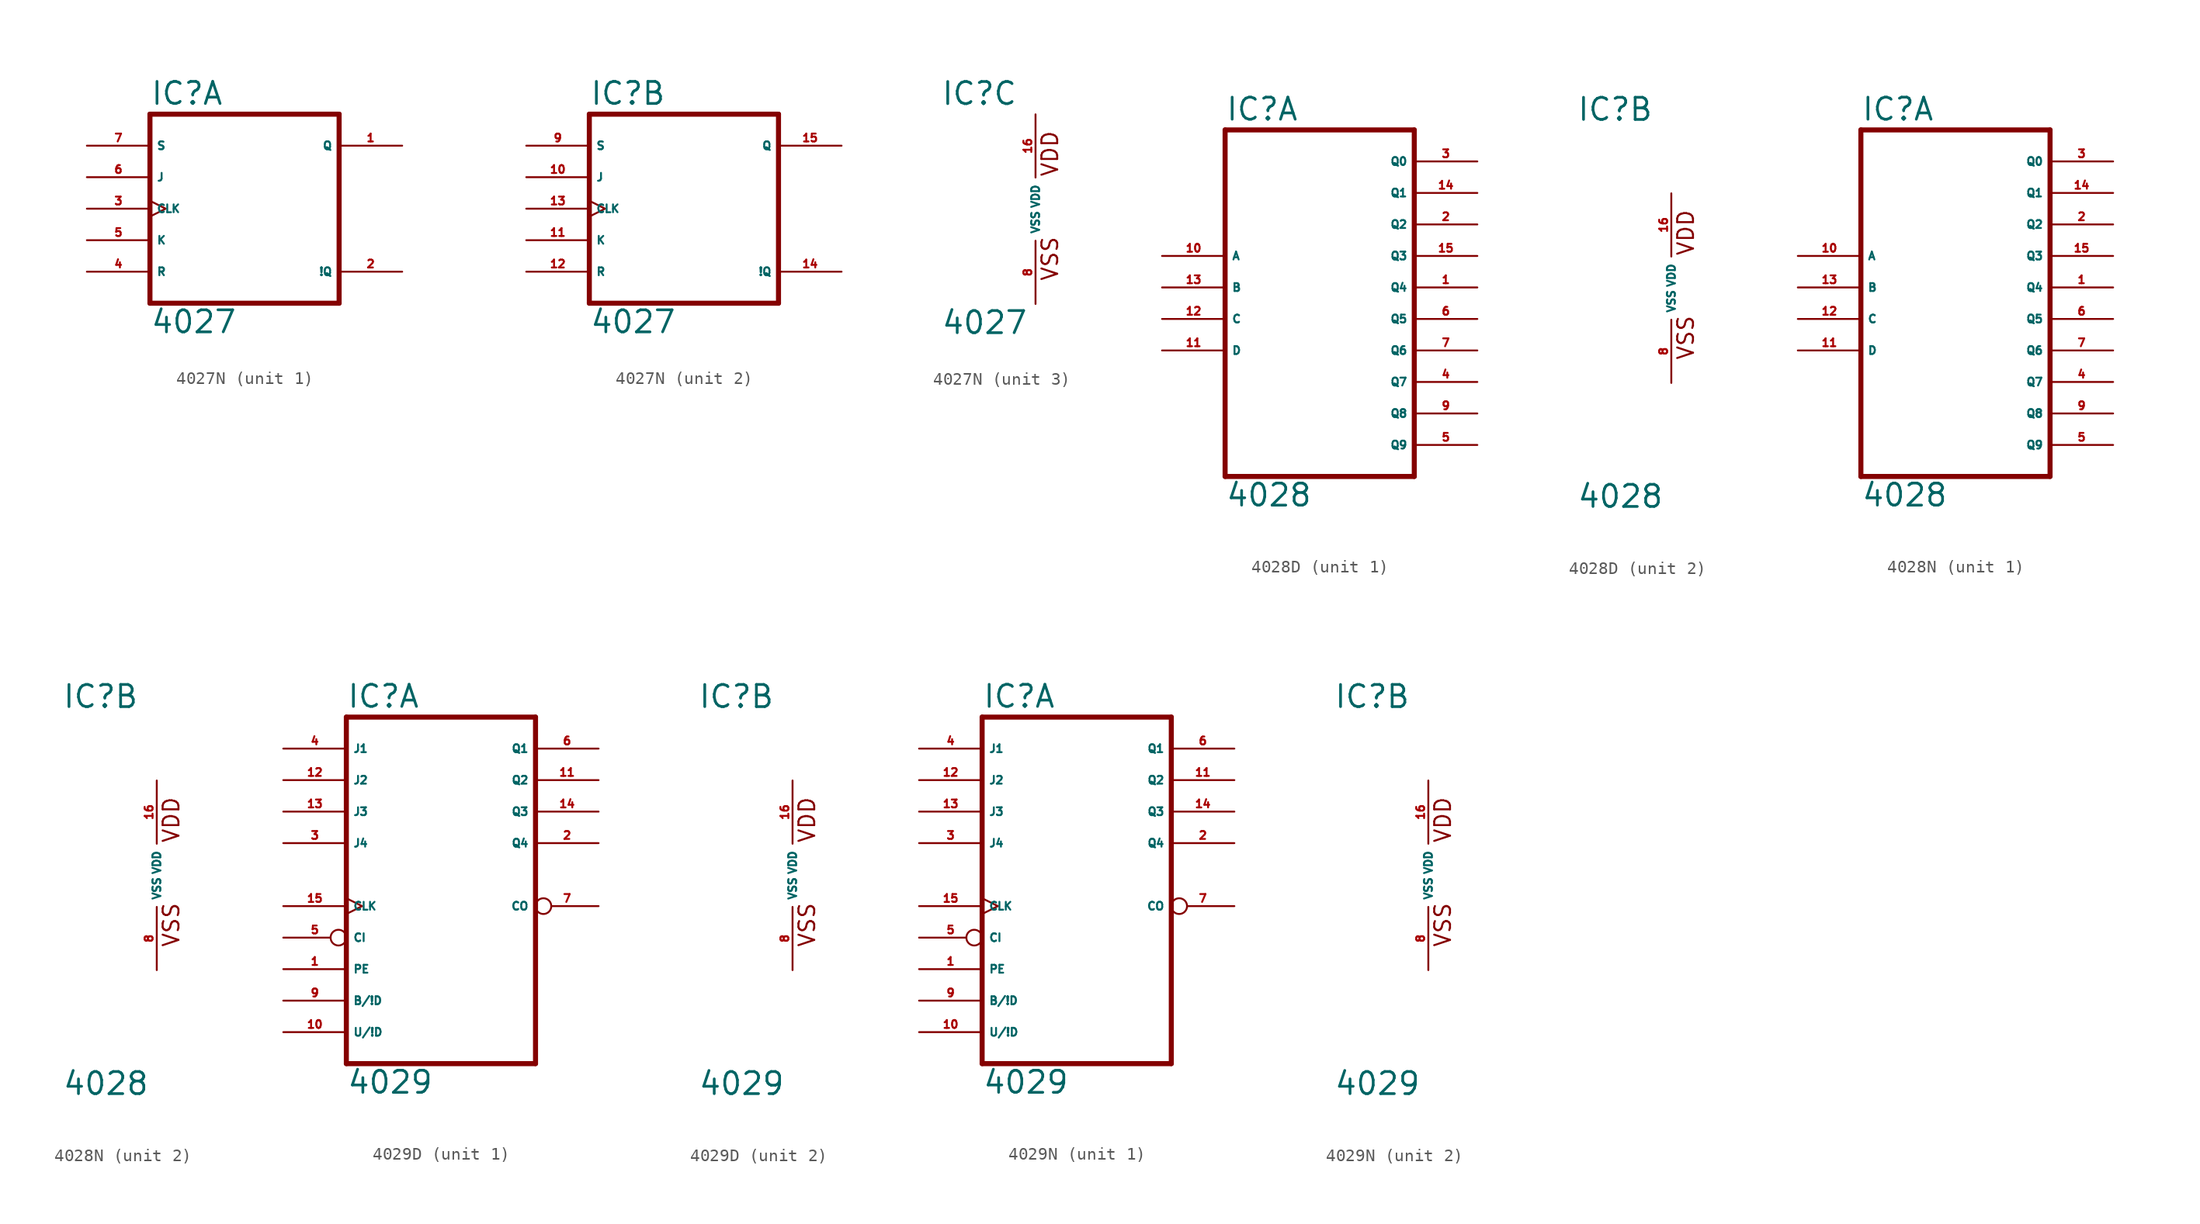
<source format=kicad_sym>
(kicad_symbol_lib
  (version 20220914)
  (generator Eagle2Kicad)
  (symbol "4027N"
    (property "Reference" "IC"
      (at -7.62 8.255 0)
      (effects (font (size 1.778 1.778) (thickness 0.22)) (justify left bottom)))
    (property "Value" "4027"
      (at -7.62 -10.16 0)
      (effects (font (size 1.778 1.778) (thickness 0.22)) (justify left bottom)))
    (symbol "4027N_1_0"
      (polyline (pts (xy -7.62 -7.62) (xy 7.62 -7.62)) (stroke (width 0.406) (type default)) (fill (type none)))
      (polyline (pts (xy 7.62 -7.62) (xy 7.62 7.62)) (stroke (width 0.406) (type default)) (fill (type none)))
      (polyline (pts (xy 7.62 7.62) (xy -7.62 7.62)) (stroke (width 0.406) (type default)) (fill (type none)))
      (polyline (pts (xy -7.62 7.62) (xy -7.62 -7.62)) (stroke (width 0.406) (type default)) (fill (type none)))
      (pin output line (at 12.7 5.08 180) (length 5.08) (name "Q" (effects (font (size 0.635 0.635) (thickness 0.08)) (justify left bottom))) (number "1" (effects (font (size 0.635 0.635) (thickness 0.08)) (justify left bottom))))
      (pin output line (at 12.7 -5.08 180) (length 5.08) (name "!Q" (effects (font (size 0.635 0.635) (thickness 0.08)) (justify left bottom))) (number "2" (effects (font (size 0.635 0.635) (thickness 0.08)) (justify left bottom))))
      (pin input clock (at -12.7 0 0) (length 5.08) (name "CLK" (effects (font (size 0.635 0.635) (thickness 0.08)) (justify left bottom))) (number "3" (effects (font (size 0.635 0.635) (thickness 0.08)) (justify left bottom))))
      (pin input line (at -12.7 -5.08 0) (length 5.08) (name "R" (effects (font (size 0.635 0.635) (thickness 0.08)) (justify left bottom))) (number "4" (effects (font (size 0.635 0.635) (thickness 0.08)) (justify left bottom))))
      (pin input line (at -12.7 -2.54 0) (length 5.08) (name "K" (effects (font (size 0.635 0.635) (thickness 0.08)) (justify left bottom))) (number "5" (effects (font (size 0.635 0.635) (thickness 0.08)) (justify left bottom))))
      (pin input line (at -12.7 2.54 0) (length 5.08) (name "J" (effects (font (size 0.635 0.635) (thickness 0.08)) (justify left bottom))) (number "6" (effects (font (size 0.635 0.635) (thickness 0.08)) (justify left bottom))))
      (pin input line (at -12.7 5.08 0) (length 5.08) (name "S" (effects (font (size 0.635 0.635) (thickness 0.08)) (justify left bottom))) (number "7" (effects (font (size 0.635 0.635) (thickness 0.08)) (justify left bottom)))))
    (symbol "4027N_2_0"
      (polyline (pts (xy -7.62 -7.62) (xy 7.62 -7.62)) (stroke (width 0.406) (type default)) (fill (type none)))
      (polyline (pts (xy 7.62 -7.62) (xy 7.62 7.62)) (stroke (width 0.406) (type default)) (fill (type none)))
      (polyline (pts (xy 7.62 7.62) (xy -7.62 7.62)) (stroke (width 0.406) (type default)) (fill (type none)))
      (polyline (pts (xy -7.62 7.62) (xy -7.62 -7.62)) (stroke (width 0.406) (type default)) (fill (type none)))
      (pin output line (at 12.7 5.08 180) (length 5.08) (name "Q" (effects (font (size 0.635 0.635) (thickness 0.08)) (justify left bottom))) (number "15" (effects (font (size 0.635 0.635) (thickness 0.08)) (justify left bottom))))
      (pin output line (at 12.7 -5.08 180) (length 5.08) (name "!Q" (effects (font (size 0.635 0.635) (thickness 0.08)) (justify left bottom))) (number "14" (effects (font (size 0.635 0.635) (thickness 0.08)) (justify left bottom))))
      (pin input clock (at -12.7 0 0) (length 5.08) (name "CLK" (effects (font (size 0.635 0.635) (thickness 0.08)) (justify left bottom))) (number "13" (effects (font (size 0.635 0.635) (thickness 0.08)) (justify left bottom))))
      (pin input line (at -12.7 -5.08 0) (length 5.08) (name "R" (effects (font (size 0.635 0.635) (thickness 0.08)) (justify left bottom))) (number "12" (effects (font (size 0.635 0.635) (thickness 0.08)) (justify left bottom))))
      (pin input line (at -12.7 -2.54 0) (length 5.08) (name "K" (effects (font (size 0.635 0.635) (thickness 0.08)) (justify left bottom))) (number "11" (effects (font (size 0.635 0.635) (thickness 0.08)) (justify left bottom))))
      (pin input line (at -12.7 2.54 0) (length 5.08) (name "J" (effects (font (size 0.635 0.635) (thickness 0.08)) (justify left bottom))) (number "10" (effects (font (size 0.635 0.635) (thickness 0.08)) (justify left bottom))))
      (pin input line (at -12.7 5.08 0) (length 5.08) (name "S" (effects (font (size 0.635 0.635) (thickness 0.08)) (justify left bottom))) (number "9" (effects (font (size 0.635 0.635) (thickness 0.08)) (justify left bottom)))))
    (symbol "4027N_3_0"
      (text "VDD" (at 1.905 2.54 900) (effects (font (size 1.27 1.27) (thickness 0.16)) (justify left bottom)))
      (text "VSS" (at 1.905 -5.842 900) (effects (font (size 1.27 1.27) (thickness 0.16)) (justify left bottom)))
      (pin unspecified line (at 0 -7.62 90) (length 5.08) (name "VSS" (effects (font (size 0.635 0.635) (thickness 0.08)) (justify left bottom))) (number "8" (effects (font (size 0.635 0.635) (thickness 0.08)) (justify left bottom))))
      (pin unspecified line (at 0 7.62 270) (length 5.08) (name "VDD" (effects (font (size 0.635 0.635) (thickness 0.08)) (justify left bottom))) (number "16" (effects (font (size 0.635 0.635) (thickness 0.08)) (justify left bottom))))))
  (symbol "4028D"
    (property "Reference" "IC"
      (at -7.62 13.335 0)
      (effects (font (size 1.778 1.778) (thickness 0.22)) (justify left bottom)))
    (property "Value" "4028"
      (at -7.62 -17.78 0)
      (effects (font (size 1.778 1.778) (thickness 0.22)) (justify left bottom)))
    (symbol "4028D_1_0"
      (polyline (pts (xy -7.62 -15.24) (xy 7.62 -15.24)) (stroke (width 0.406) (type default)) (fill (type none)))
      (polyline (pts (xy 7.62 -15.24) (xy 7.62 12.7)) (stroke (width 0.406) (type default)) (fill (type none)))
      (polyline (pts (xy 7.62 12.7) (xy -7.62 12.7)) (stroke (width 0.406) (type default)) (fill (type none)))
      (polyline (pts (xy -7.62 12.7) (xy -7.62 -15.24)) (stroke (width 0.406) (type default)) (fill (type none)))
      (pin output line (at 12.7 0 180) (length 5.08) (name "Q4" (effects (font (size 0.635 0.635) (thickness 0.08)) (justify left bottom))) (number "1" (effects (font (size 0.635 0.635) (thickness 0.08)) (justify left bottom))))
      (pin output line (at 12.7 5.08 180) (length 5.08) (name "Q2" (effects (font (size 0.635 0.635) (thickness 0.08)) (justify left bottom))) (number "2" (effects (font (size 0.635 0.635) (thickness 0.08)) (justify left bottom))))
      (pin output line (at 12.7 10.16 180) (length 5.08) (name "Q0" (effects (font (size 0.635 0.635) (thickness 0.08)) (justify left bottom))) (number "3" (effects (font (size 0.635 0.635) (thickness 0.08)) (justify left bottom))))
      (pin output line (at 12.7 -7.62 180) (length 5.08) (name "Q7" (effects (font (size 0.635 0.635) (thickness 0.08)) (justify left bottom))) (number "4" (effects (font (size 0.635 0.635) (thickness 0.08)) (justify left bottom))))
      (pin output line (at 12.7 -12.7 180) (length 5.08) (name "Q9" (effects (font (size 0.635 0.635) (thickness 0.08)) (justify left bottom))) (number "5" (effects (font (size 0.635 0.635) (thickness 0.08)) (justify left bottom))))
      (pin output line (at 12.7 -2.54 180) (length 5.08) (name "Q5" (effects (font (size 0.635 0.635) (thickness 0.08)) (justify left bottom))) (number "6" (effects (font (size 0.635 0.635) (thickness 0.08)) (justify left bottom))))
      (pin output line (at 12.7 -5.08 180) (length 5.08) (name "Q6" (effects (font (size 0.635 0.635) (thickness 0.08)) (justify left bottom))) (number "7" (effects (font (size 0.635 0.635) (thickness 0.08)) (justify left bottom))))
      (pin output line (at 12.7 -10.16 180) (length 5.08) (name "Q8" (effects (font (size 0.635 0.635) (thickness 0.08)) (justify left bottom))) (number "9" (effects (font (size 0.635 0.635) (thickness 0.08)) (justify left bottom))))
      (pin input line (at -12.7 2.54 0) (length 5.08) (name "A" (effects (font (size 0.635 0.635) (thickness 0.08)) (justify left bottom))) (number "10" (effects (font (size 0.635 0.635) (thickness 0.08)) (justify left bottom))))
      (pin input line (at -12.7 -5.08 0) (length 5.08) (name "D" (effects (font (size 0.635 0.635) (thickness 0.08)) (justify left bottom))) (number "11" (effects (font (size 0.635 0.635) (thickness 0.08)) (justify left bottom))))
      (pin input line (at -12.7 -2.54 0) (length 5.08) (name "C" (effects (font (size 0.635 0.635) (thickness 0.08)) (justify left bottom))) (number "12" (effects (font (size 0.635 0.635) (thickness 0.08)) (justify left bottom))))
      (pin input line (at -12.7 0 0) (length 5.08) (name "B" (effects (font (size 0.635 0.635) (thickness 0.08)) (justify left bottom))) (number "13" (effects (font (size 0.635 0.635) (thickness 0.08)) (justify left bottom))))
      (pin output line (at 12.7 7.62 180) (length 5.08) (name "Q1" (effects (font (size 0.635 0.635) (thickness 0.08)) (justify left bottom))) (number "14" (effects (font (size 0.635 0.635) (thickness 0.08)) (justify left bottom))))
      (pin output line (at 12.7 2.54 180) (length 5.08) (name "Q3" (effects (font (size 0.635 0.635) (thickness 0.08)) (justify left bottom))) (number "15" (effects (font (size 0.635 0.635) (thickness 0.08)) (justify left bottom)))))
    (symbol "4028D_2_0"
      (text "VDD" (at 1.905 2.54 900) (effects (font (size 1.27 1.27) (thickness 0.16)) (justify left bottom)))
      (text "VSS" (at 1.905 -5.842 900) (effects (font (size 1.27 1.27) (thickness 0.16)) (justify left bottom)))
      (pin unspecified line (at 0 -7.62 90) (length 5.08) (name "VSS" (effects (font (size 0.635 0.635) (thickness 0.08)) (justify left bottom))) (number "8" (effects (font (size 0.635 0.635) (thickness 0.08)) (justify left bottom))))
      (pin unspecified line (at 0 7.62 270) (length 5.08) (name "VDD" (effects (font (size 0.635 0.635) (thickness 0.08)) (justify left bottom))) (number "16" (effects (font (size 0.635 0.635) (thickness 0.08)) (justify left bottom))))))
  (symbol "4028N"
    (property "Reference" "IC"
      (at -7.62 13.335 0)
      (effects (font (size 1.778 1.778) (thickness 0.22)) (justify left bottom)))
    (property "Value" "4028"
      (at -7.62 -17.78 0)
      (effects (font (size 1.778 1.778) (thickness 0.22)) (justify left bottom)))
    (symbol "4028N_1_0"
      (polyline (pts (xy -7.62 -15.24) (xy 7.62 -15.24)) (stroke (width 0.406) (type default)) (fill (type none)))
      (polyline (pts (xy 7.62 -15.24) (xy 7.62 12.7)) (stroke (width 0.406) (type default)) (fill (type none)))
      (polyline (pts (xy 7.62 12.7) (xy -7.62 12.7)) (stroke (width 0.406) (type default)) (fill (type none)))
      (polyline (pts (xy -7.62 12.7) (xy -7.62 -15.24)) (stroke (width 0.406) (type default)) (fill (type none)))
      (pin output line (at 12.7 0 180) (length 5.08) (name "Q4" (effects (font (size 0.635 0.635) (thickness 0.08)) (justify left bottom))) (number "1" (effects (font (size 0.635 0.635) (thickness 0.08)) (justify left bottom))))
      (pin output line (at 12.7 5.08 180) (length 5.08) (name "Q2" (effects (font (size 0.635 0.635) (thickness 0.08)) (justify left bottom))) (number "2" (effects (font (size 0.635 0.635) (thickness 0.08)) (justify left bottom))))
      (pin output line (at 12.7 10.16 180) (length 5.08) (name "Q0" (effects (font (size 0.635 0.635) (thickness 0.08)) (justify left bottom))) (number "3" (effects (font (size 0.635 0.635) (thickness 0.08)) (justify left bottom))))
      (pin output line (at 12.7 -7.62 180) (length 5.08) (name "Q7" (effects (font (size 0.635 0.635) (thickness 0.08)) (justify left bottom))) (number "4" (effects (font (size 0.635 0.635) (thickness 0.08)) (justify left bottom))))
      (pin output line (at 12.7 -12.7 180) (length 5.08) (name "Q9" (effects (font (size 0.635 0.635) (thickness 0.08)) (justify left bottom))) (number "5" (effects (font (size 0.635 0.635) (thickness 0.08)) (justify left bottom))))
      (pin output line (at 12.7 -2.54 180) (length 5.08) (name "Q5" (effects (font (size 0.635 0.635) (thickness 0.08)) (justify left bottom))) (number "6" (effects (font (size 0.635 0.635) (thickness 0.08)) (justify left bottom))))
      (pin output line (at 12.7 -5.08 180) (length 5.08) (name "Q6" (effects (font (size 0.635 0.635) (thickness 0.08)) (justify left bottom))) (number "7" (effects (font (size 0.635 0.635) (thickness 0.08)) (justify left bottom))))
      (pin output line (at 12.7 -10.16 180) (length 5.08) (name "Q8" (effects (font (size 0.635 0.635) (thickness 0.08)) (justify left bottom))) (number "9" (effects (font (size 0.635 0.635) (thickness 0.08)) (justify left bottom))))
      (pin input line (at -12.7 2.54 0) (length 5.08) (name "A" (effects (font (size 0.635 0.635) (thickness 0.08)) (justify left bottom))) (number "10" (effects (font (size 0.635 0.635) (thickness 0.08)) (justify left bottom))))
      (pin input line (at -12.7 -5.08 0) (length 5.08) (name "D" (effects (font (size 0.635 0.635) (thickness 0.08)) (justify left bottom))) (number "11" (effects (font (size 0.635 0.635) (thickness 0.08)) (justify left bottom))))
      (pin input line (at -12.7 -2.54 0) (length 5.08) (name "C" (effects (font (size 0.635 0.635) (thickness 0.08)) (justify left bottom))) (number "12" (effects (font (size 0.635 0.635) (thickness 0.08)) (justify left bottom))))
      (pin input line (at -12.7 0 0) (length 5.08) (name "B" (effects (font (size 0.635 0.635) (thickness 0.08)) (justify left bottom))) (number "13" (effects (font (size 0.635 0.635) (thickness 0.08)) (justify left bottom))))
      (pin output line (at 12.7 7.62 180) (length 5.08) (name "Q1" (effects (font (size 0.635 0.635) (thickness 0.08)) (justify left bottom))) (number "14" (effects (font (size 0.635 0.635) (thickness 0.08)) (justify left bottom))))
      (pin output line (at 12.7 2.54 180) (length 5.08) (name "Q3" (effects (font (size 0.635 0.635) (thickness 0.08)) (justify left bottom))) (number "15" (effects (font (size 0.635 0.635) (thickness 0.08)) (justify left bottom)))))
    (symbol "4028N_2_0"
      (text "VDD" (at 1.905 2.54 900) (effects (font (size 1.27 1.27) (thickness 0.16)) (justify left bottom)))
      (text "VSS" (at 1.905 -5.842 900) (effects (font (size 1.27 1.27) (thickness 0.16)) (justify left bottom)))
      (pin unspecified line (at 0 -7.62 90) (length 5.08) (name "VSS" (effects (font (size 0.635 0.635) (thickness 0.08)) (justify left bottom))) (number "8" (effects (font (size 0.635 0.635) (thickness 0.08)) (justify left bottom))))
      (pin unspecified line (at 0 7.62 270) (length 5.08) (name "VDD" (effects (font (size 0.635 0.635) (thickness 0.08)) (justify left bottom))) (number "16" (effects (font (size 0.635 0.635) (thickness 0.08)) (justify left bottom))))))
  (symbol "4029D"
    (property "Reference" "IC"
      (at -7.62 13.335 0)
      (effects (font (size 1.778 1.778) (thickness 0.22)) (justify left bottom)))
    (property "Value" "4029"
      (at -7.62 -17.78 0)
      (effects (font (size 1.778 1.778) (thickness 0.22)) (justify left bottom)))
    (symbol "4029D_1_0"
      (polyline (pts (xy -7.62 -15.24) (xy 7.62 -15.24)) (stroke (width 0.406) (type default)) (fill (type none)))
      (polyline (pts (xy 7.62 -15.24) (xy 7.62 12.7)) (stroke (width 0.406) (type default)) (fill (type none)))
      (polyline (pts (xy 7.62 12.7) (xy -7.62 12.7)) (stroke (width 0.406) (type default)) (fill (type none)))
      (polyline (pts (xy -7.62 12.7) (xy -7.62 -15.24)) (stroke (width 0.406) (type default)) (fill (type none)))
      (pin input line (at -12.7 -7.62 0) (length 5.08) (name "PE" (effects (font (size 0.635 0.635) (thickness 0.08)) (justify left bottom))) (number "1" (effects (font (size 0.635 0.635) (thickness 0.08)) (justify left bottom))))
      (pin output line (at 12.7 2.54 180) (length 5.08) (name "Q4" (effects (font (size 0.635 0.635) (thickness 0.08)) (justify left bottom))) (number "2" (effects (font (size 0.635 0.635) (thickness 0.08)) (justify left bottom))))
      (pin input line (at -12.7 2.54 0) (length 5.08) (name "J4" (effects (font (size 0.635 0.635) (thickness 0.08)) (justify left bottom))) (number "3" (effects (font (size 0.635 0.635) (thickness 0.08)) (justify left bottom))))
      (pin input line (at -12.7 10.16 0) (length 5.08) (name "J1" (effects (font (size 0.635 0.635) (thickness 0.08)) (justify left bottom))) (number "4" (effects (font (size 0.635 0.635) (thickness 0.08)) (justify left bottom))))
      (pin input inverted (at -12.7 -5.08 0) (length 5.08) (name "CI" (effects (font (size 0.635 0.635) (thickness 0.08)) (justify left bottom))) (number "5" (effects (font (size 0.635 0.635) (thickness 0.08)) (justify left bottom))))
      (pin output line (at 12.7 10.16 180) (length 5.08) (name "Q1" (effects (font (size 0.635 0.635) (thickness 0.08)) (justify left bottom))) (number "6" (effects (font (size 0.635 0.635) (thickness 0.08)) (justify left bottom))))
      (pin output inverted (at 12.7 -2.54 180) (length 5.08) (name "CO" (effects (font (size 0.635 0.635) (thickness 0.08)) (justify left bottom))) (number "7" (effects (font (size 0.635 0.635) (thickness 0.08)) (justify left bottom))))
      (pin input line (at -12.7 -10.16 0) (length 5.08) (name "B/!D" (effects (font (size 0.635 0.635) (thickness 0.08)) (justify left bottom))) (number "9" (effects (font (size 0.635 0.635) (thickness 0.08)) (justify left bottom))))
      (pin input line (at -12.7 -12.7 0) (length 5.08) (name "U/!D" (effects (font (size 0.635 0.635) (thickness 0.08)) (justify left bottom))) (number "10" (effects (font (size 0.635 0.635) (thickness 0.08)) (justify left bottom))))
      (pin output line (at 12.7 7.62 180) (length 5.08) (name "Q2" (effects (font (size 0.635 0.635) (thickness 0.08)) (justify left bottom))) (number "11" (effects (font (size 0.635 0.635) (thickness 0.08)) (justify left bottom))))
      (pin input line (at -12.7 7.62 0) (length 5.08) (name "J2" (effects (font (size 0.635 0.635) (thickness 0.08)) (justify left bottom))) (number "12" (effects (font (size 0.635 0.635) (thickness 0.08)) (justify left bottom))))
      (pin input line (at -12.7 5.08 0) (length 5.08) (name "J3" (effects (font (size 0.635 0.635) (thickness 0.08)) (justify left bottom))) (number "13" (effects (font (size 0.635 0.635) (thickness 0.08)) (justify left bottom))))
      (pin output line (at 12.7 5.08 180) (length 5.08) (name "Q3" (effects (font (size 0.635 0.635) (thickness 0.08)) (justify left bottom))) (number "14" (effects (font (size 0.635 0.635) (thickness 0.08)) (justify left bottom))))
      (pin input clock (at -12.7 -2.54 0) (length 5.08) (name "CLK" (effects (font (size 0.635 0.635) (thickness 0.08)) (justify left bottom))) (number "15" (effects (font (size 0.635 0.635) (thickness 0.08)) (justify left bottom)))))
    (symbol "4029D_2_0"
      (text "VDD" (at 1.905 2.54 900) (effects (font (size 1.27 1.27) (thickness 0.16)) (justify left bottom)))
      (text "VSS" (at 1.905 -5.842 900) (effects (font (size 1.27 1.27) (thickness 0.16)) (justify left bottom)))
      (pin unspecified line (at 0 -7.62 90) (length 5.08) (name "VSS" (effects (font (size 0.635 0.635) (thickness 0.08)) (justify left bottom))) (number "8" (effects (font (size 0.635 0.635) (thickness 0.08)) (justify left bottom))))
      (pin unspecified line (at 0 7.62 270) (length 5.08) (name "VDD" (effects (font (size 0.635 0.635) (thickness 0.08)) (justify left bottom))) (number "16" (effects (font (size 0.635 0.635) (thickness 0.08)) (justify left bottom))))))
  (symbol "4029N"
    (property "Reference" "IC"
      (at -7.62 13.335 0)
      (effects (font (size 1.778 1.778) (thickness 0.22)) (justify left bottom)))
    (property "Value" "4029"
      (at -7.62 -17.78 0)
      (effects (font (size 1.778 1.778) (thickness 0.22)) (justify left bottom)))
    (symbol "4029N_1_0"
      (polyline (pts (xy -7.62 -15.24) (xy 7.62 -15.24)) (stroke (width 0.406) (type default)) (fill (type none)))
      (polyline (pts (xy 7.62 -15.24) (xy 7.62 12.7)) (stroke (width 0.406) (type default)) (fill (type none)))
      (polyline (pts (xy 7.62 12.7) (xy -7.62 12.7)) (stroke (width 0.406) (type default)) (fill (type none)))
      (polyline (pts (xy -7.62 12.7) (xy -7.62 -15.24)) (stroke (width 0.406) (type default)) (fill (type none)))
      (pin input line (at -12.7 -7.62 0) (length 5.08) (name "PE" (effects (font (size 0.635 0.635) (thickness 0.08)) (justify left bottom))) (number "1" (effects (font (size 0.635 0.635) (thickness 0.08)) (justify left bottom))))
      (pin output line (at 12.7 2.54 180) (length 5.08) (name "Q4" (effects (font (size 0.635 0.635) (thickness 0.08)) (justify left bottom))) (number "2" (effects (font (size 0.635 0.635) (thickness 0.08)) (justify left bottom))))
      (pin input line (at -12.7 2.54 0) (length 5.08) (name "J4" (effects (font (size 0.635 0.635) (thickness 0.08)) (justify left bottom))) (number "3" (effects (font (size 0.635 0.635) (thickness 0.08)) (justify left bottom))))
      (pin input line (at -12.7 10.16 0) (length 5.08) (name "J1" (effects (font (size 0.635 0.635) (thickness 0.08)) (justify left bottom))) (number "4" (effects (font (size 0.635 0.635) (thickness 0.08)) (justify left bottom))))
      (pin input inverted (at -12.7 -5.08 0) (length 5.08) (name "CI" (effects (font (size 0.635 0.635) (thickness 0.08)) (justify left bottom))) (number "5" (effects (font (size 0.635 0.635) (thickness 0.08)) (justify left bottom))))
      (pin output line (at 12.7 10.16 180) (length 5.08) (name "Q1" (effects (font (size 0.635 0.635) (thickness 0.08)) (justify left bottom))) (number "6" (effects (font (size 0.635 0.635) (thickness 0.08)) (justify left bottom))))
      (pin output inverted (at 12.7 -2.54 180) (length 5.08) (name "CO" (effects (font (size 0.635 0.635) (thickness 0.08)) (justify left bottom))) (number "7" (effects (font (size 0.635 0.635) (thickness 0.08)) (justify left bottom))))
      (pin input line (at -12.7 -10.16 0) (length 5.08) (name "B/!D" (effects (font (size 0.635 0.635) (thickness 0.08)) (justify left bottom))) (number "9" (effects (font (size 0.635 0.635) (thickness 0.08)) (justify left bottom))))
      (pin input line (at -12.7 -12.7 0) (length 5.08) (name "U/!D" (effects (font (size 0.635 0.635) (thickness 0.08)) (justify left bottom))) (number "10" (effects (font (size 0.635 0.635) (thickness 0.08)) (justify left bottom))))
      (pin output line (at 12.7 7.62 180) (length 5.08) (name "Q2" (effects (font (size 0.635 0.635) (thickness 0.08)) (justify left bottom))) (number "11" (effects (font (size 0.635 0.635) (thickness 0.08)) (justify left bottom))))
      (pin input line (at -12.7 7.62 0) (length 5.08) (name "J2" (effects (font (size 0.635 0.635) (thickness 0.08)) (justify left bottom))) (number "12" (effects (font (size 0.635 0.635) (thickness 0.08)) (justify left bottom))))
      (pin input line (at -12.7 5.08 0) (length 5.08) (name "J3" (effects (font (size 0.635 0.635) (thickness 0.08)) (justify left bottom))) (number "13" (effects (font (size 0.635 0.635) (thickness 0.08)) (justify left bottom))))
      (pin output line (at 12.7 5.08 180) (length 5.08) (name "Q3" (effects (font (size 0.635 0.635) (thickness 0.08)) (justify left bottom))) (number "14" (effects (font (size 0.635 0.635) (thickness 0.08)) (justify left bottom))))
      (pin input clock (at -12.7 -2.54 0) (length 5.08) (name "CLK" (effects (font (size 0.635 0.635) (thickness 0.08)) (justify left bottom))) (number "15" (effects (font (size 0.635 0.635) (thickness 0.08)) (justify left bottom)))))
    (symbol "4029N_2_0"
      (text "VDD" (at 1.905 2.54 900) (effects (font (size 1.27 1.27) (thickness 0.16)) (justify left bottom)))
      (text "VSS" (at 1.905 -5.842 900) (effects (font (size 1.27 1.27) (thickness 0.16)) (justify left bottom)))
      (pin unspecified line (at 0 -7.62 90) (length 5.08) (name "VSS" (effects (font (size 0.635 0.635) (thickness 0.08)) (justify left bottom))) (number "8" (effects (font (size 0.635 0.635) (thickness 0.08)) (justify left bottom))))
      (pin unspecified line (at 0 7.62 270) (length 5.08) (name "VDD" (effects (font (size 0.635 0.635) (thickness 0.08)) (justify left bottom))) (number "16" (effects (font (size 0.635 0.635) (thickness 0.08)) (justify left bottom)))))))
</source>
